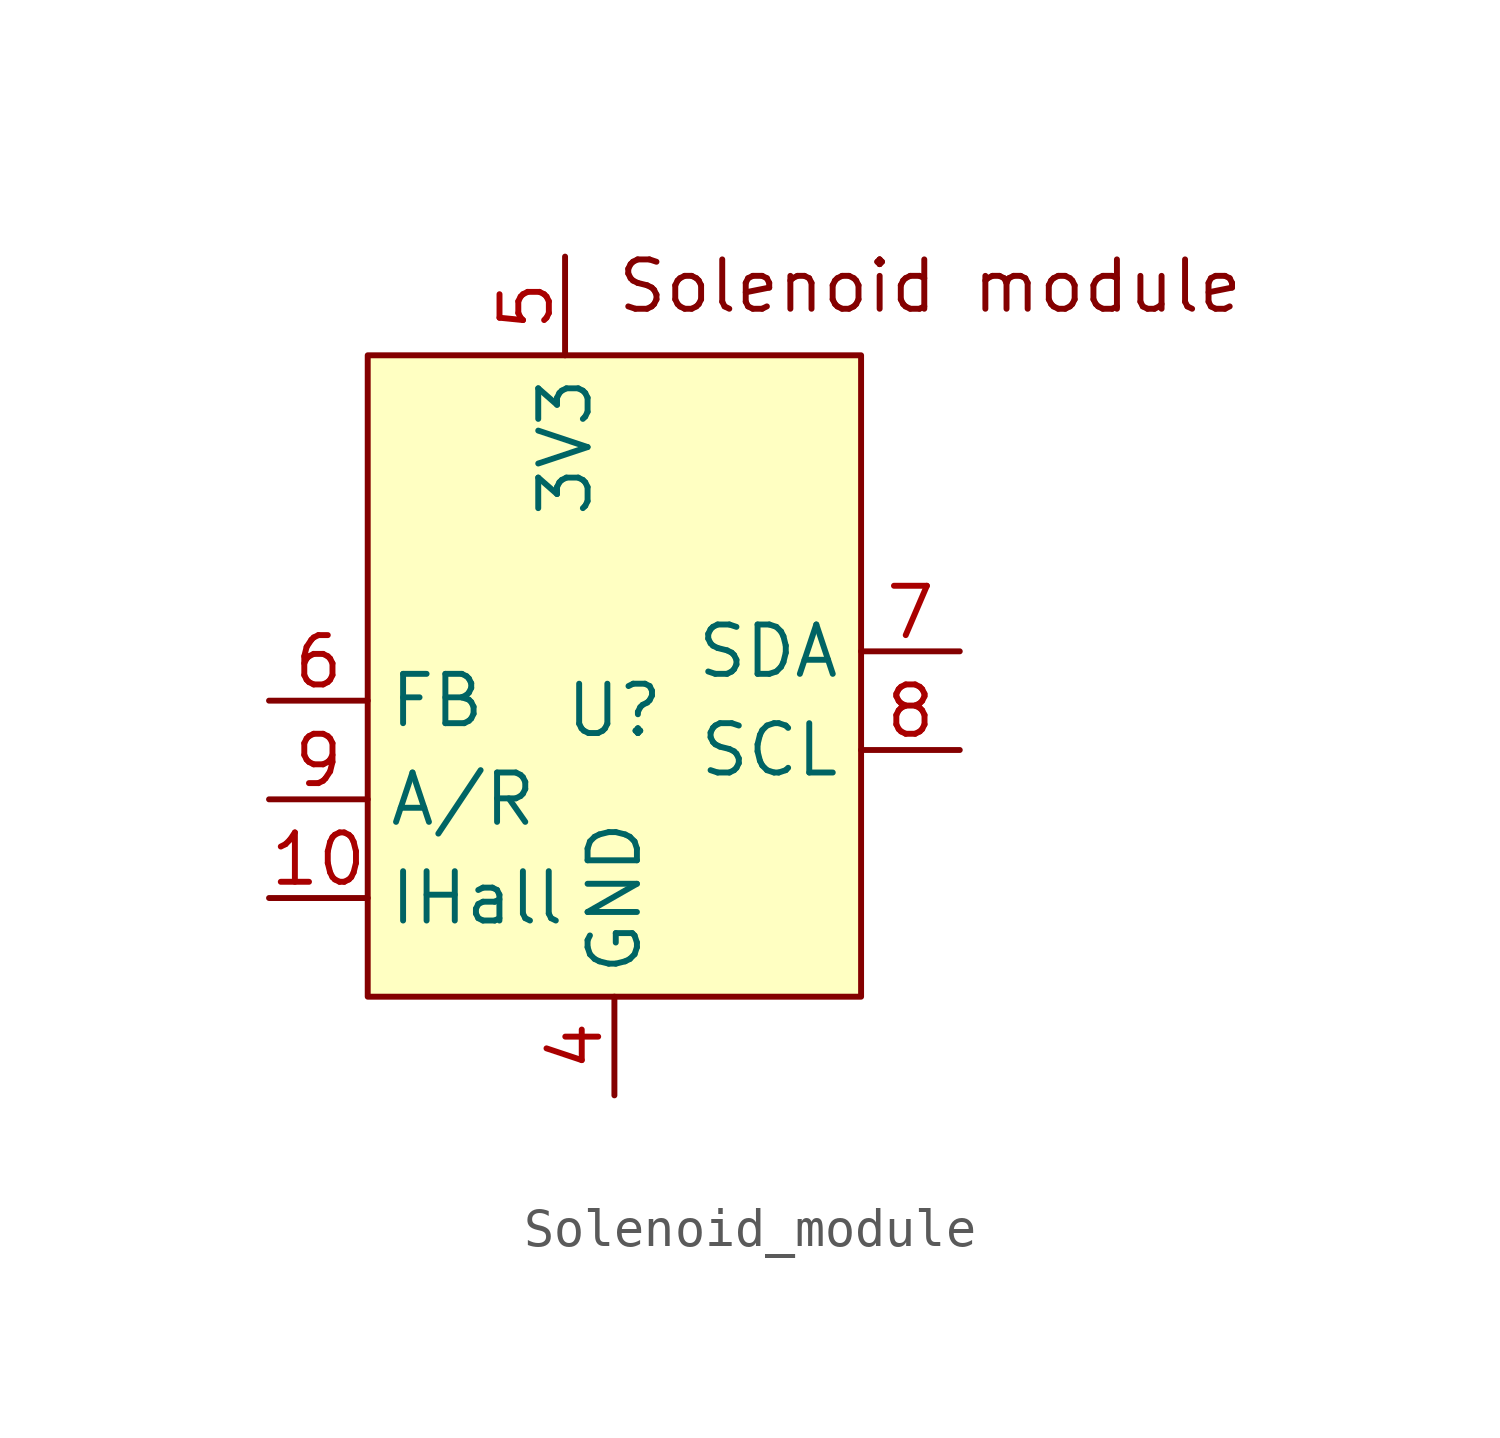
<source format=kicad_sym>
(kicad_symbol_lib
  (version 20241209)
  (generator "kicad_symbol_editor")
  (generator_version "9.0")
  (symbol "Solenoid_module"
    (property "Reference" "U"
      (at 0 -0.254 0)
      (effects (font (size 1.27 1.27))))
    (property "Value" ""
      (at 0 0 0)
      (effects (font (size 1.27 1.27))))
    (symbol "Solenoid_module_1_1"
      (rectangle (start -6.35 8.89) (end 6.35 -7.62) (stroke (width 0) (type solid)) (fill (type background)))
      (text "Solenoid module" (at 8.128 10.668 0) (effects (font (size 1.27 1.27))))
      (pin no_connect line (at -8.89 6.35 0) (length 2.54) (hide yes) (name "None" (effects (font (size 1.27 1.27)))) (number "1" (effects (font (size 1.27 1.27)))))
      (pin no_connect line (at -8.89 5.08 0) (length 2.54) (hide yes) (name "None" (effects (font (size 1.27 1.27)))) (number "2" (effects (font (size 1.27 1.27)))))
      (pin no_connect line (at -8.89 3.81 0) (length 2.54) (hide yes) (name "None" (effects (font (size 1.27 1.27)))) (number "3" (effects (font (size 1.27 1.27)))))
      (pin passive line (at -8.89 0 0) (length 2.54) (name "FB" (effects (font (size 1.27 1.27)))) (number "6" (effects (font (size 1.27 1.27)))))
      (pin passive line (at -8.89 -2.54 0) (length 2.54) (name "A/R" (effects (font (size 1.27 1.27)))) (number "9" (effects (font (size 1.27 1.27)))))
      (pin passive line (at -8.89 -5.08 0) (length 2.54) (name "IHall" (effects (font (size 1.27 1.27)))) (number "10" (effects (font (size 1.27 1.27)))))
      (pin power_in line (at -1.27 11.43 270) (length 2.54) (name "3V3" (effects (font (size 1.27 1.27)))) (number "5" (effects (font (size 1.27 1.27)))))
      (pin power_in line (at 0 -10.16 90) (length 2.54) (name "GND" (effects (font (size 1.27 1.27)))) (number "4" (effects (font (size 1.27 1.27)))))
      (pin bidirectional line (at 8.89 1.27 180) (length 2.54) (name "SDA" (effects (font (size 1.27 1.27)))) (number "7" (effects (font (size 1.27 1.27)))))
      (pin bidirectional line (at 8.89 -1.27 180) (length 2.54) (name "SCL" (effects (font (size 1.27 1.27)))) (number "8" (effects (font (size 1.27 1.27))))))))
</source>
